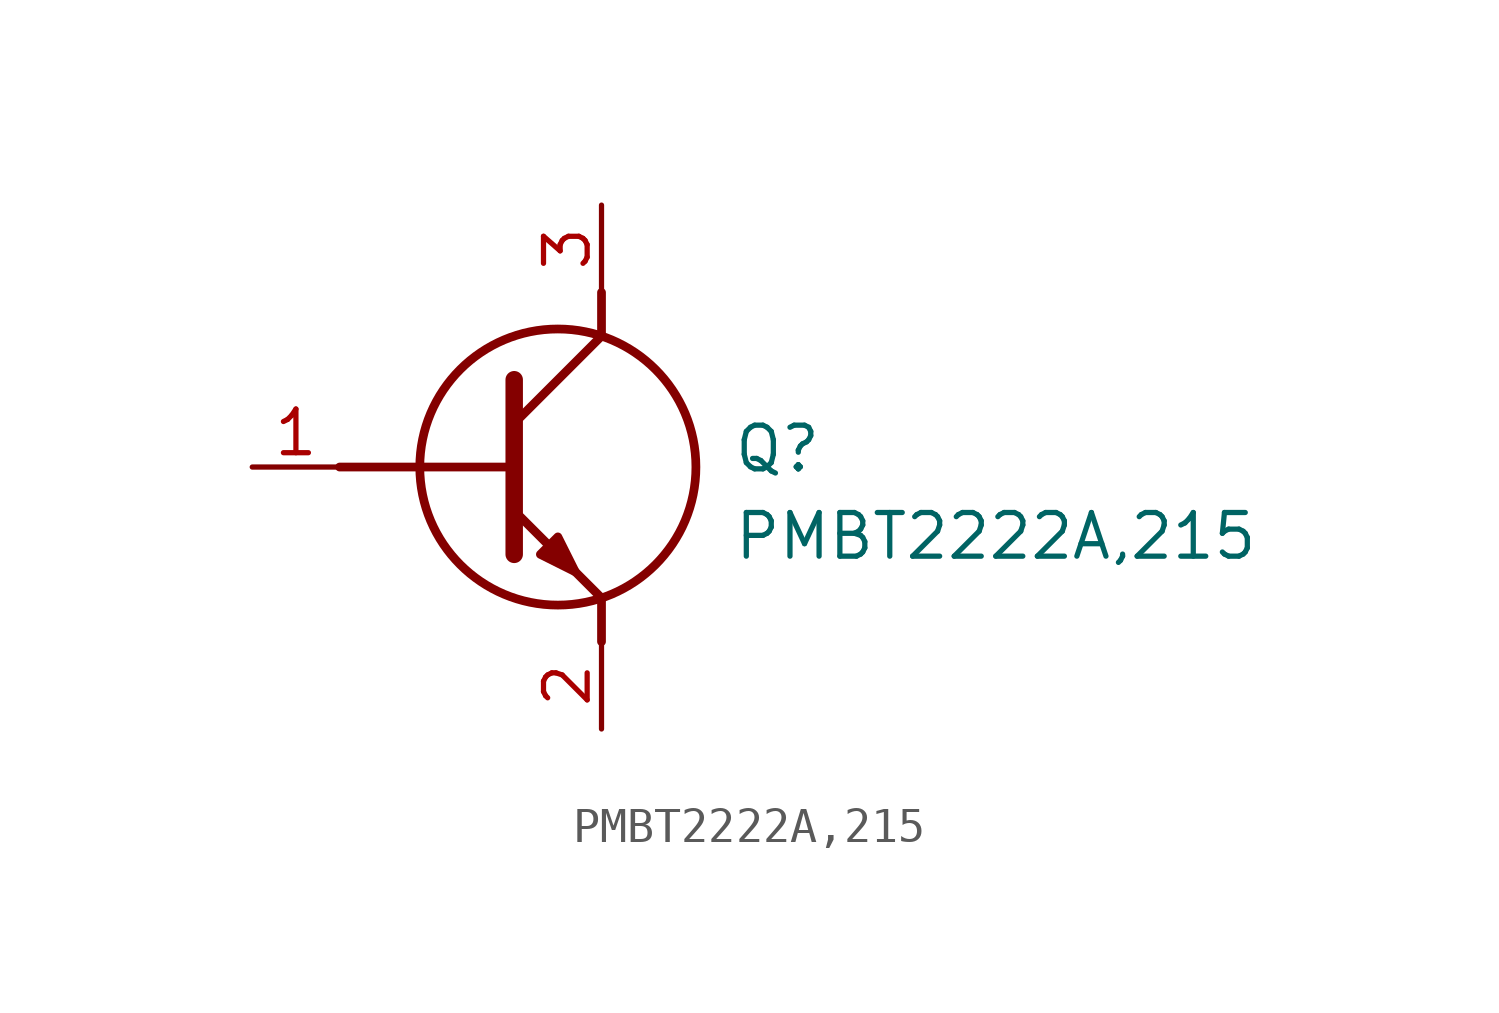
<source format=kicad_sym>
(kicad_symbol_lib
  (version 20211014)
  (generator SamacSys_ECAD_Model)
  (symbol "PMBT2222A,215"
    (pin_names hide)
    (property "Reference" "Q"
      (at 13.97 1.27 0)
      (effects (font (size 1.27 1.27)) (justify left top)))
    (property "Value" "PMBT2222A,215"
      (at 13.97 -1.27 0)
      (effects (font (size 1.27 1.27)) (justify left top)))
    (polyline
      (pts (xy 7.62 2.54) (xy 7.62 -2.54))
      (stroke (width 0.508) (type default))
      (fill (type none)))
    (polyline
      (pts (xy 7.62 1.27) (xy 10.16 3.81))
      (stroke (width 0.254) (type default))
      (fill (type none)))
    (polyline
      (pts (xy 7.62 -1.27) (xy 10.16 -3.81))
      (stroke (width 0.254) (type default))
      (fill (type none)))
    (polyline
      (pts (xy 10.16 -3.81) (xy 10.16 -5.08))
      (stroke (width 0.254) (type default))
      (fill (type none)))
    (polyline
      (pts (xy 10.16 3.81) (xy 10.16 5.08))
      (stroke (width 0.254) (type default))
      (fill (type none)))
    (polyline
      (pts (xy 2.54 0) (xy 7.62 0))
      (stroke (width 0.254) (type default))
      (fill (type none)))
    (circle
      (center 8.89 0)
      (radius 4.016)
      (stroke (width 0.254) (type default))
      (fill (type none)))
    (polyline
      (pts (xy 8.382 -2.54) (xy 8.89 -2.032) (xy 9.398 -3.048) (xy 8.382 -2.54))
      (stroke (width 0.254) (type default))
      (fill (type outline)))
    (pin passive line
      (at 0 0 0)
      (length 2.54)
      (name "B" (effects (font (size 1.27 1.27))))
      (number "1" (effects (font (size 1.27 1.27)))))
    (pin passive line
      (at 10.16 -7.62 90)
      (length 2.54)
      (name "E" (effects (font (size 1.27 1.27))))
      (number "2" (effects (font (size 1.27 1.27)))))
    (pin passive line
      (at 10.16 7.62 270)
      (length 2.54)
      (name "C" (effects (font (size 1.27 1.27))))
      (number "3" (effects (font (size 1.27 1.27)))))))
</source>
